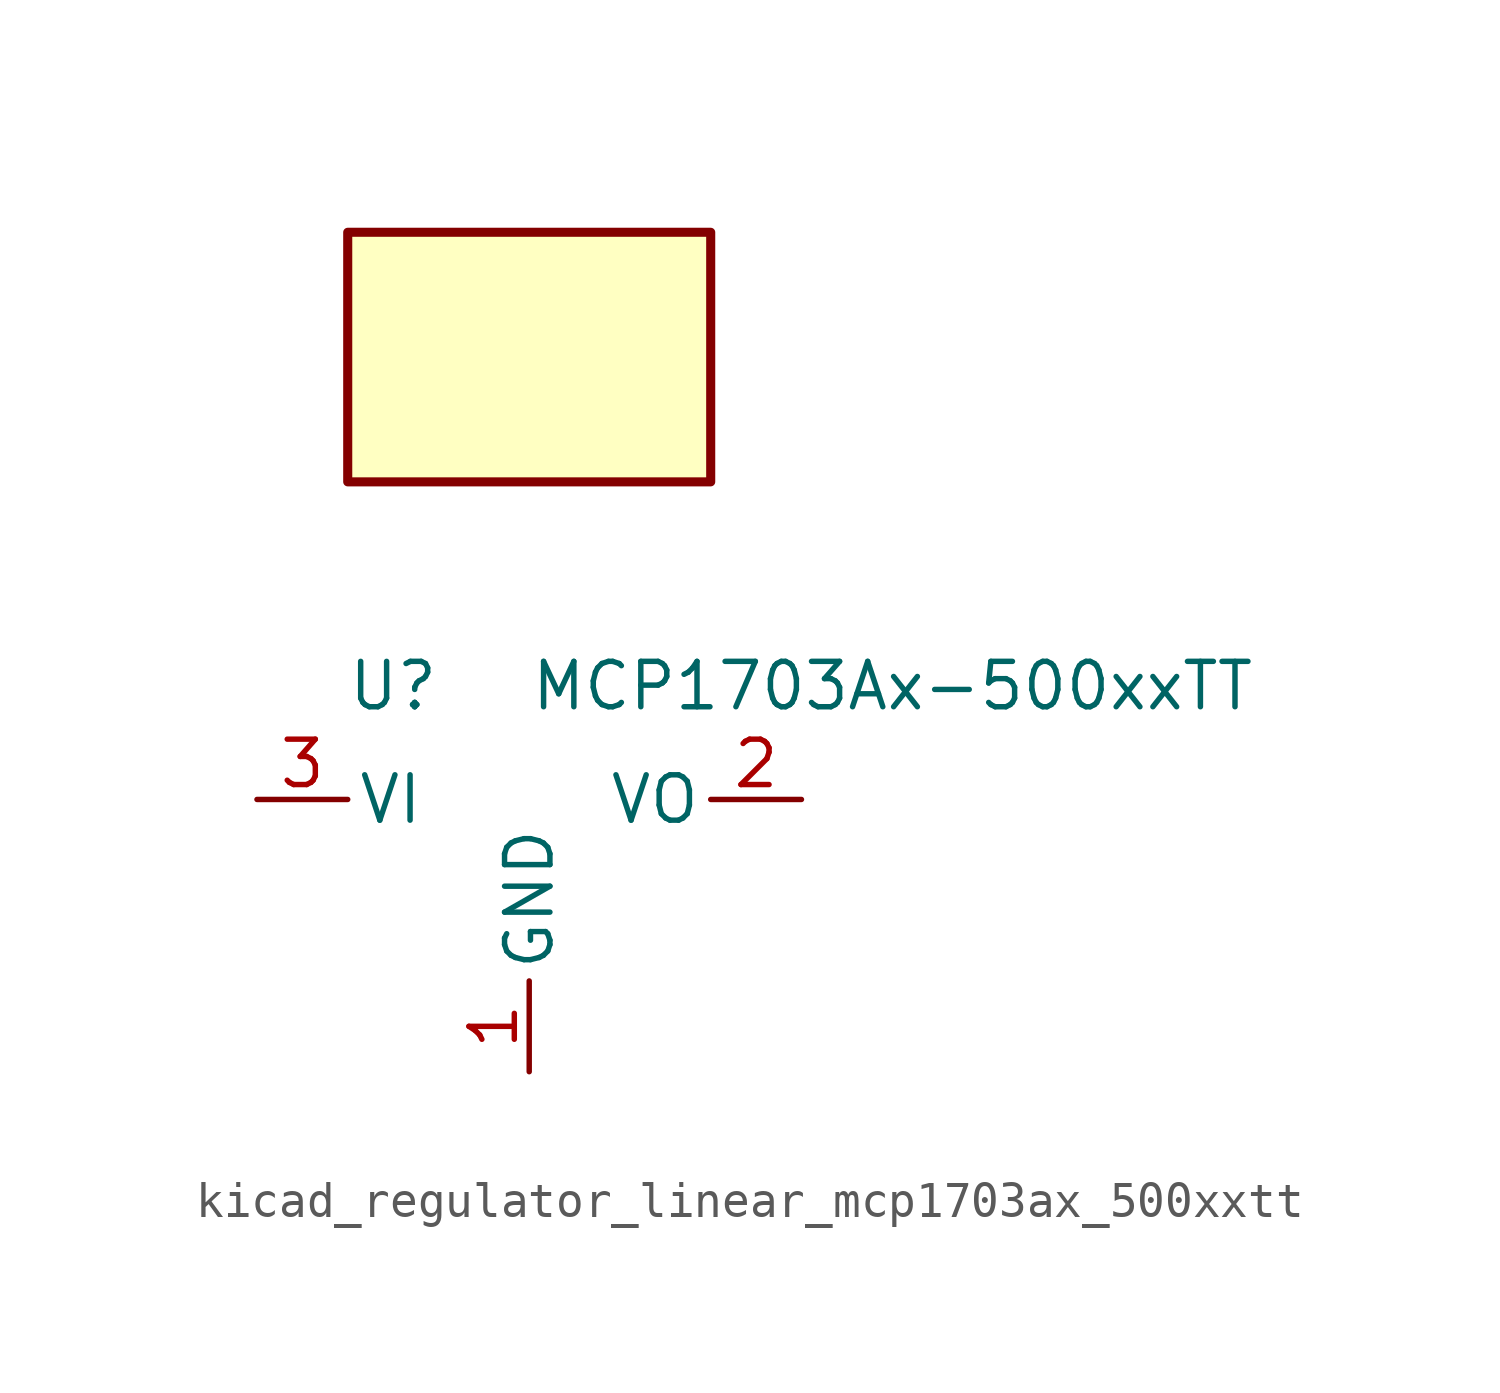
<source format=kicad_sym>
(kicad_symbol_lib
  (version 20220914)
  (generator kicad_symbol_editor)
  (symbol "kicad_regulator_linear_mcp1703ax_500xxtt"
    (pin_names
      (offset 0.254))
    (property "Reference" "U"
      (at -3.81 3.175 0)
      (effects (font (size 1.27 1.27))))
    (property "Value" "MCP1703Ax-500xxTT"
      (at 0 3.175 0)
      (effects (font (size 1.27 1.27)) (justify left)))
    (symbol "kicad_regulator_linear_mcp1703ax_500xxtt_0_1"
      (rectangle (start 5.08 15.875) (end -5.08 8.89) (stroke (width 0.254) (type default)) (fill (type background))))
    (symbol "kicad_regulator_linear_mcp1703ax_500xxtt_1_1"
      (pin power_in line (at 0 -7.62 90) (length 2.54) (name "GND" (effects (font (size 1.27 1.27)))) (number "1" (effects (font (size 1.27 1.27)))))
      (pin power_out line (at 7.62 0 180) (length 2.54) (name "VO" (effects (font (size 1.27 1.27)))) (number "2" (effects (font (size 1.27 1.27)))))
      (pin power_in line (at -7.62 0 0) (length 2.54) (name "VI" (effects (font (size 1.27 1.27)))) (number "3" (effects (font (size 1.27 1.27))))))))
</source>
